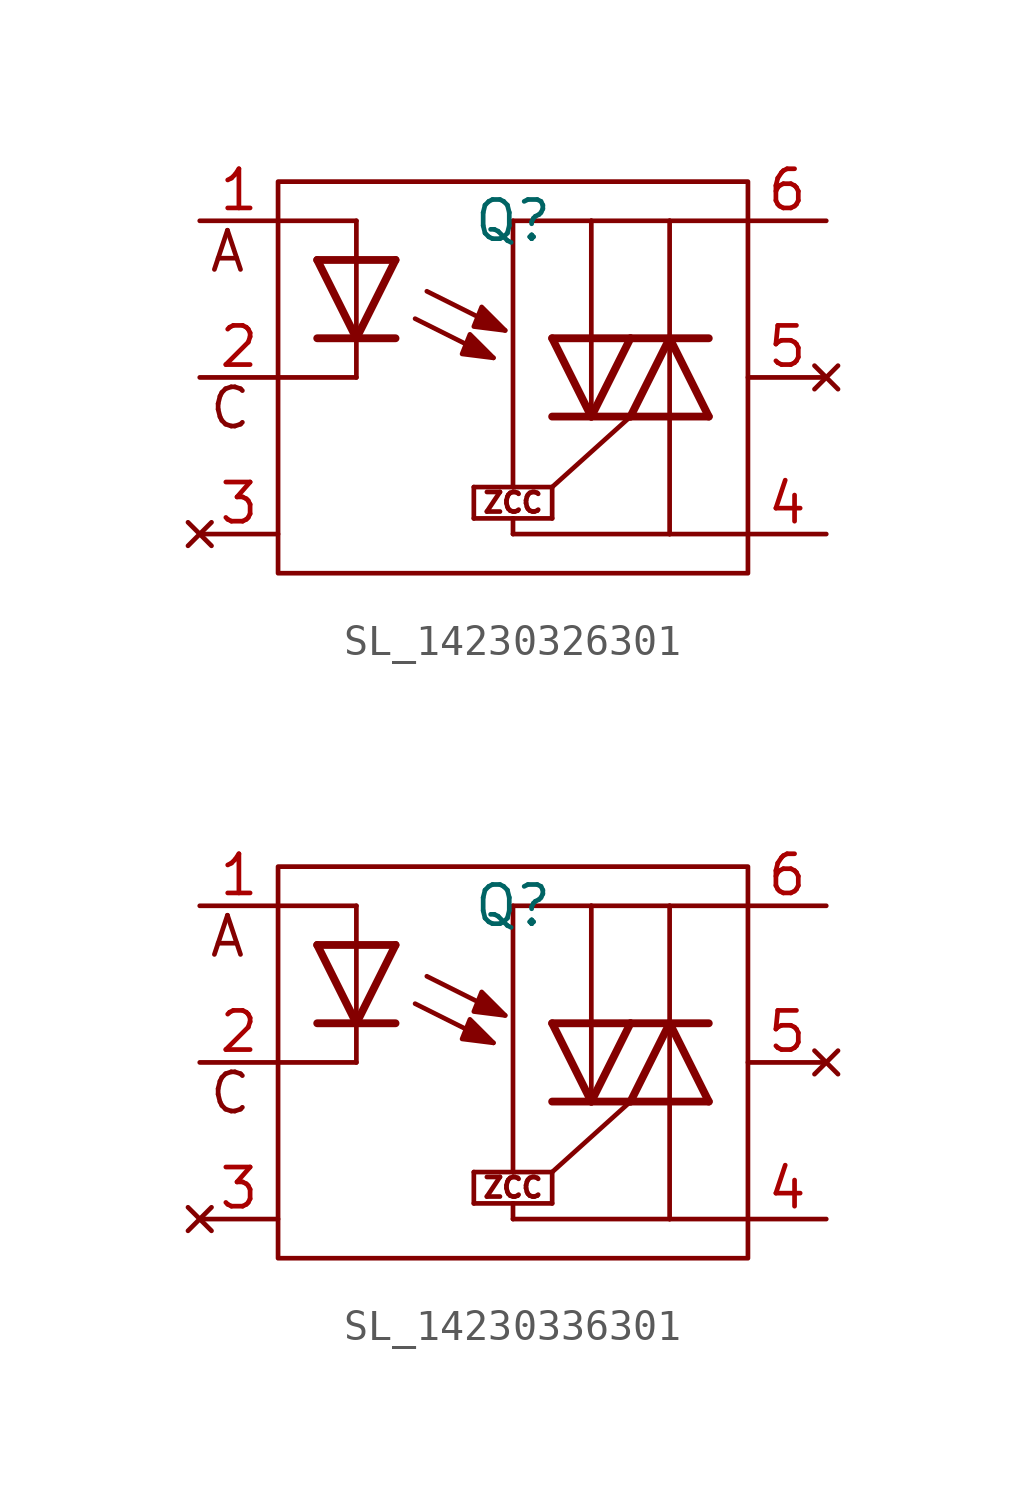
<source format=kicad_sym>
(kicad_symbol_lib
  (version 20220914)
  (generator kicad_symbol_editor)
  (symbol "SL_14230326301"
    (pin_names hide)
    (property "Reference" "Q"
      (at 0 5.08 0)
      (effects (font (size 1.27 1.27))))
    (symbol "SL_14230326301_0_0"
      (rectangle (start -7.62 6.35) (end 7.62 -6.35) (stroke (width 0) (type default)) (fill (type none)))
      (polyline (pts (xy -5.08 0) (xy -7.62 0)) (stroke (width 0.152) (type default)) (fill (type none)))
      (polyline (pts (xy -5.08 1.27) (xy -6.35 1.27)) (stroke (width 0.254) (type default)) (fill (type none)))
      (polyline (pts (xy -5.08 1.27) (xy -6.35 3.81)) (stroke (width 0.254) (type default)) (fill (type none)))
      (polyline (pts (xy -5.08 1.27) (xy -5.08 0)) (stroke (width 0.152) (type default)) (fill (type none)))
      (polyline (pts (xy -5.08 3.81) (xy -6.35 3.81)) (stroke (width 0.254) (type default)) (fill (type none)))
      (polyline (pts (xy -5.08 3.81) (xy -5.08 1.27)) (stroke (width 0.152) (type default)) (fill (type none)))
      (polyline (pts (xy -5.08 3.81) (xy -5.08 5.08)) (stroke (width 0.152) (type default)) (fill (type none)))
      (polyline (pts (xy -5.08 5.08) (xy -7.62 5.08)) (stroke (width 0.152) (type default)) (fill (type none)))
      (polyline (pts (xy -3.81 1.27) (xy -5.08 1.27)) (stroke (width 0.254) (type default)) (fill (type none)))
      (polyline (pts (xy -3.81 3.81) (xy -5.08 1.27)) (stroke (width 0.254) (type default)) (fill (type none)))
      (polyline (pts (xy -3.81 3.81) (xy -5.08 3.81)) (stroke (width 0.254) (type default)) (fill (type none)))
      (polyline (pts (xy -3.175 1.905) (xy -0.635 0.635)) (stroke (width 0.152) (type default)) (fill (type none)))
      (polyline (pts (xy -2.794 2.794) (xy -0.254 1.524)) (stroke (width 0.152) (type default)) (fill (type none)))
      (polyline (pts (xy -1.27 -4.572) (xy -1.27 -3.556)) (stroke (width 0.152) (type default)) (fill (type none)))
      (polyline (pts (xy -1.27 -3.556) (xy 0 -3.556)) (stroke (width 0.152) (type default)) (fill (type none)))
      (polyline (pts (xy 0 -5.08) (xy 5.08 -5.08)) (stroke (width 0.152) (type default)) (fill (type none)))
      (polyline (pts (xy 0 -4.572) (xy -1.27 -4.572)) (stroke (width 0.152) (type default)) (fill (type none)))
      (polyline (pts (xy 0 -4.572) (xy 0 -5.08)) (stroke (width 0.152) (type default)) (fill (type none)))
      (polyline (pts (xy 0 -3.556) (xy 1.27 -3.556)) (stroke (width 0.152) (type default)) (fill (type none)))
      (polyline (pts (xy 0 5.08) (xy 0 -3.556)) (stroke (width 0.152) (type default)) (fill (type none)))
      (polyline (pts (xy 1.27 -4.572) (xy 0 -4.572)) (stroke (width 0.152) (type default)) (fill (type none)))
      (polyline (pts (xy 1.27 -3.556) (xy 1.27 -4.572)) (stroke (width 0.152) (type default)) (fill (type none)))
      (polyline (pts (xy 1.27 -3.556) (xy 3.81 -1.27)) (stroke (width 0.152) (type default)) (fill (type none)))
      (polyline (pts (xy 2.54 -1.27) (xy 1.27 -1.27)) (stroke (width 0.254) (type default)) (fill (type none)))
      (polyline (pts (xy 2.54 -1.27) (xy 1.27 1.27)) (stroke (width 0.254) (type default)) (fill (type none)))
      (polyline (pts (xy 2.54 1.27) (xy 1.27 1.27)) (stroke (width 0.254) (type default)) (fill (type none)))
      (polyline (pts (xy 2.54 1.27) (xy 2.54 -1.27)) (stroke (width 0.152) (type default)) (fill (type none)))
      (polyline (pts (xy 2.54 1.27) (xy 2.54 5.08)) (stroke (width 0.152) (type default)) (fill (type none)))
      (polyline (pts (xy 2.54 5.08) (xy 0 5.08)) (stroke (width 0.152) (type default)) (fill (type none)))
      (polyline (pts (xy 3.81 -1.27) (xy 2.54 -1.27)) (stroke (width 0.254) (type default)) (fill (type none)))
      (polyline (pts (xy 3.81 -1.27) (xy 5.08 -1.27)) (stroke (width 0.254) (type default)) (fill (type none)))
      (polyline (pts (xy 3.81 -1.27) (xy 5.08 1.27)) (stroke (width 0.254) (type default)) (fill (type none)))
      (polyline (pts (xy 3.81 1.27) (xy 2.54 -1.27)) (stroke (width 0.254) (type default)) (fill (type none)))
      (polyline (pts (xy 3.81 1.27) (xy 2.54 1.27)) (stroke (width 0.254) (type default)) (fill (type none)))
      (polyline (pts (xy 3.81 1.27) (xy 5.08 1.27)) (stroke (width 0.254) (type default)) (fill (type none)))
      (polyline (pts (xy 5.08 -1.27) (xy 5.08 -5.08)) (stroke (width 0.152) (type default)) (fill (type none)))
      (polyline (pts (xy 5.08 -1.27) (xy 5.08 1.27)) (stroke (width 0.152) (type default)) (fill (type none)))
      (polyline (pts (xy 5.08 -1.27) (xy 6.35 -1.27)) (stroke (width 0.254) (type default)) (fill (type none)))
      (polyline (pts (xy 5.08 1.27) (xy 5.08 5.08)) (stroke (width 0.152) (type default)) (fill (type none)))
      (polyline (pts (xy 5.08 1.27) (xy 6.35 -1.27)) (stroke (width 0.254) (type default)) (fill (type none)))
      (polyline (pts (xy 5.08 1.27) (xy 6.35 1.27)) (stroke (width 0.254) (type default)) (fill (type none)))
      (polyline (pts (xy 5.08 5.08) (xy 2.54 5.08)) (stroke (width 0.152) (type default)) (fill (type none)))
      (polyline (pts (xy 7.62 -5.08) (xy 5.08 -5.08)) (stroke (width 0.152) (type default)) (fill (type none)))
      (polyline (pts (xy 7.62 5.08) (xy 5.08 5.08)) (stroke (width 0.152) (type default)) (fill (type none)))
      (polyline (pts (xy -1.397 1.397) (xy -0.635 0.635) (xy -1.651 0.762) (xy -1.397 1.397)) (stroke (width 0.152) (type default)) (fill (type outline)))
      (polyline (pts (xy -1.016 2.286) (xy -0.254 1.524) (xy -1.27 1.651) (xy -1.016 2.286)) (stroke (width 0.152) (type default)) (fill (type outline)))
      (text "A" (at -9.906 4.826 0) (effects (font (size 1.27 1.27)) (justify left top)))
      (text "C" (at -9.906 -0.254 0) (effects (font (size 1.27 1.27)) (justify left top))))
    (symbol "SL_14230326301_1_0"
      (text "ZCC" (at 0 -4.064 0) (effects (font (size 0.635 0.635))))
      (pin passive line (at -10.16 5.08 0) (length 2.54) (name "Anode" (effects (font (size 1.27 1.27)))) (number "1" (effects (font (size 1.27 1.27)))))
      (pin passive line (at -10.16 0 0) (length 2.54) (name "Cathode" (effects (font (size 1.27 1.27)))) (number "2" (effects (font (size 1.27 1.27)))))
      (pin no_connect line (at -10.16 -5.08 0) (length 2.54) (name "NC" (effects (font (size 1.27 1.27)))) (number "3" (effects (font (size 1.27 1.27)))))
      (pin passive line (at 10.16 -5.08 180) (length 2.54) (name "Teminal" (effects (font (size 1.27 1.27)))) (number "4" (effects (font (size 1.27 1.27)))))
      (pin no_connect line (at 10.16 0 180) (length 2.54) (name "NC" (effects (font (size 1.27 1.27)))) (number "5" (effects (font (size 1.27 1.27)))))
      (pin passive line (at 10.16 5.08 180) (length 2.54) (name "Teminal" (effects (font (size 1.27 1.27)))) (number "6" (effects (font (size 1.27 1.27)))))))
  (symbol "SL_14230336301"
    (pin_names hide)
    (property "Reference" "Q"
      (at 0 5.08 0)
      (effects (font (size 1.27 1.27))))
    (symbol "SL_14230336301_0_0"
      (rectangle (start -7.62 6.35) (end 7.62 -6.35) (stroke (width 0) (type default)) (fill (type none)))
      (polyline (pts (xy -5.08 0) (xy -7.62 0)) (stroke (width 0.152) (type default)) (fill (type none)))
      (polyline (pts (xy -5.08 1.27) (xy -6.35 1.27)) (stroke (width 0.254) (type default)) (fill (type none)))
      (polyline (pts (xy -5.08 1.27) (xy -6.35 3.81)) (stroke (width 0.254) (type default)) (fill (type none)))
      (polyline (pts (xy -5.08 1.27) (xy -5.08 0)) (stroke (width 0.152) (type default)) (fill (type none)))
      (polyline (pts (xy -5.08 3.81) (xy -6.35 3.81)) (stroke (width 0.254) (type default)) (fill (type none)))
      (polyline (pts (xy -5.08 3.81) (xy -5.08 1.27)) (stroke (width 0.152) (type default)) (fill (type none)))
      (polyline (pts (xy -5.08 3.81) (xy -5.08 5.08)) (stroke (width 0.152) (type default)) (fill (type none)))
      (polyline (pts (xy -5.08 5.08) (xy -7.62 5.08)) (stroke (width 0.152) (type default)) (fill (type none)))
      (polyline (pts (xy -3.81 1.27) (xy -5.08 1.27)) (stroke (width 0.254) (type default)) (fill (type none)))
      (polyline (pts (xy -3.81 3.81) (xy -5.08 1.27)) (stroke (width 0.254) (type default)) (fill (type none)))
      (polyline (pts (xy -3.81 3.81) (xy -5.08 3.81)) (stroke (width 0.254) (type default)) (fill (type none)))
      (polyline (pts (xy -3.175 1.905) (xy -0.635 0.635)) (stroke (width 0.152) (type default)) (fill (type none)))
      (polyline (pts (xy -2.794 2.794) (xy -0.254 1.524)) (stroke (width 0.152) (type default)) (fill (type none)))
      (polyline (pts (xy -1.27 -4.572) (xy -1.27 -3.556)) (stroke (width 0.152) (type default)) (fill (type none)))
      (polyline (pts (xy -1.27 -3.556) (xy 0 -3.556)) (stroke (width 0.152) (type default)) (fill (type none)))
      (polyline (pts (xy 0 -5.08) (xy 5.08 -5.08)) (stroke (width 0.152) (type default)) (fill (type none)))
      (polyline (pts (xy 0 -4.572) (xy -1.27 -4.572)) (stroke (width 0.152) (type default)) (fill (type none)))
      (polyline (pts (xy 0 -4.572) (xy 0 -5.08)) (stroke (width 0.152) (type default)) (fill (type none)))
      (polyline (pts (xy 0 -3.556) (xy 1.27 -3.556)) (stroke (width 0.152) (type default)) (fill (type none)))
      (polyline (pts (xy 0 5.08) (xy 0 -3.556)) (stroke (width 0.152) (type default)) (fill (type none)))
      (polyline (pts (xy 1.27 -4.572) (xy 0 -4.572)) (stroke (width 0.152) (type default)) (fill (type none)))
      (polyline (pts (xy 1.27 -3.556) (xy 1.27 -4.572)) (stroke (width 0.152) (type default)) (fill (type none)))
      (polyline (pts (xy 1.27 -3.556) (xy 3.81 -1.27)) (stroke (width 0.152) (type default)) (fill (type none)))
      (polyline (pts (xy 2.54 -1.27) (xy 1.27 -1.27)) (stroke (width 0.254) (type default)) (fill (type none)))
      (polyline (pts (xy 2.54 -1.27) (xy 1.27 1.27)) (stroke (width 0.254) (type default)) (fill (type none)))
      (polyline (pts (xy 2.54 1.27) (xy 1.27 1.27)) (stroke (width 0.254) (type default)) (fill (type none)))
      (polyline (pts (xy 2.54 1.27) (xy 2.54 -1.27)) (stroke (width 0.152) (type default)) (fill (type none)))
      (polyline (pts (xy 2.54 1.27) (xy 2.54 5.08)) (stroke (width 0.152) (type default)) (fill (type none)))
      (polyline (pts (xy 2.54 5.08) (xy 0 5.08)) (stroke (width 0.152) (type default)) (fill (type none)))
      (polyline (pts (xy 3.81 -1.27) (xy 2.54 -1.27)) (stroke (width 0.254) (type default)) (fill (type none)))
      (polyline (pts (xy 3.81 -1.27) (xy 5.08 -1.27)) (stroke (width 0.254) (type default)) (fill (type none)))
      (polyline (pts (xy 3.81 -1.27) (xy 5.08 1.27)) (stroke (width 0.254) (type default)) (fill (type none)))
      (polyline (pts (xy 3.81 1.27) (xy 2.54 -1.27)) (stroke (width 0.254) (type default)) (fill (type none)))
      (polyline (pts (xy 3.81 1.27) (xy 2.54 1.27)) (stroke (width 0.254) (type default)) (fill (type none)))
      (polyline (pts (xy 3.81 1.27) (xy 5.08 1.27)) (stroke (width 0.254) (type default)) (fill (type none)))
      (polyline (pts (xy 5.08 -1.27) (xy 5.08 -5.08)) (stroke (width 0.152) (type default)) (fill (type none)))
      (polyline (pts (xy 5.08 -1.27) (xy 5.08 1.27)) (stroke (width 0.152) (type default)) (fill (type none)))
      (polyline (pts (xy 5.08 -1.27) (xy 6.35 -1.27)) (stroke (width 0.254) (type default)) (fill (type none)))
      (polyline (pts (xy 5.08 1.27) (xy 5.08 5.08)) (stroke (width 0.152) (type default)) (fill (type none)))
      (polyline (pts (xy 5.08 1.27) (xy 6.35 -1.27)) (stroke (width 0.254) (type default)) (fill (type none)))
      (polyline (pts (xy 5.08 1.27) (xy 6.35 1.27)) (stroke (width 0.254) (type default)) (fill (type none)))
      (polyline (pts (xy 5.08 5.08) (xy 2.54 5.08)) (stroke (width 0.152) (type default)) (fill (type none)))
      (polyline (pts (xy 7.62 -5.08) (xy 5.08 -5.08)) (stroke (width 0.152) (type default)) (fill (type none)))
      (polyline (pts (xy 7.62 5.08) (xy 5.08 5.08)) (stroke (width 0.152) (type default)) (fill (type none)))
      (polyline (pts (xy -1.397 1.397) (xy -0.635 0.635) (xy -1.651 0.762) (xy -1.397 1.397)) (stroke (width 0.152) (type default)) (fill (type outline)))
      (polyline (pts (xy -1.016 2.286) (xy -0.254 1.524) (xy -1.27 1.651) (xy -1.016 2.286)) (stroke (width 0.152) (type default)) (fill (type outline)))
      (text "A" (at -9.906 4.826 0) (effects (font (size 1.27 1.27)) (justify left top)))
      (text "C" (at -9.906 -0.254 0) (effects (font (size 1.27 1.27)) (justify left top))))
    (symbol "SL_14230336301_1_0"
      (text "ZCC" (at 0 -4.064 0) (effects (font (size 0.635 0.635))))
      (pin passive line (at -10.16 5.08 0) (length 2.54) (name "Anode" (effects (font (size 1.27 1.27)))) (number "1" (effects (font (size 1.27 1.27)))))
      (pin passive line (at -10.16 0 0) (length 2.54) (name "Cathode" (effects (font (size 1.27 1.27)))) (number "2" (effects (font (size 1.27 1.27)))))
      (pin no_connect line (at -10.16 -5.08 0) (length 2.54) (name "NC" (effects (font (size 1.27 1.27)))) (number "3" (effects (font (size 1.27 1.27)))))
      (pin passive line (at 10.16 -5.08 180) (length 2.54) (name "Teminal" (effects (font (size 1.27 1.27)))) (number "4" (effects (font (size 1.27 1.27)))))
      (pin no_connect line (at 10.16 0 180) (length 2.54) (name "NC" (effects (font (size 1.27 1.27)))) (number "5" (effects (font (size 1.27 1.27)))))
      (pin passive line (at 10.16 5.08 180) (length 2.54) (name "Teminal" (effects (font (size 1.27 1.27)))) (number "6" (effects (font (size 1.27 1.27))))))))
</source>
